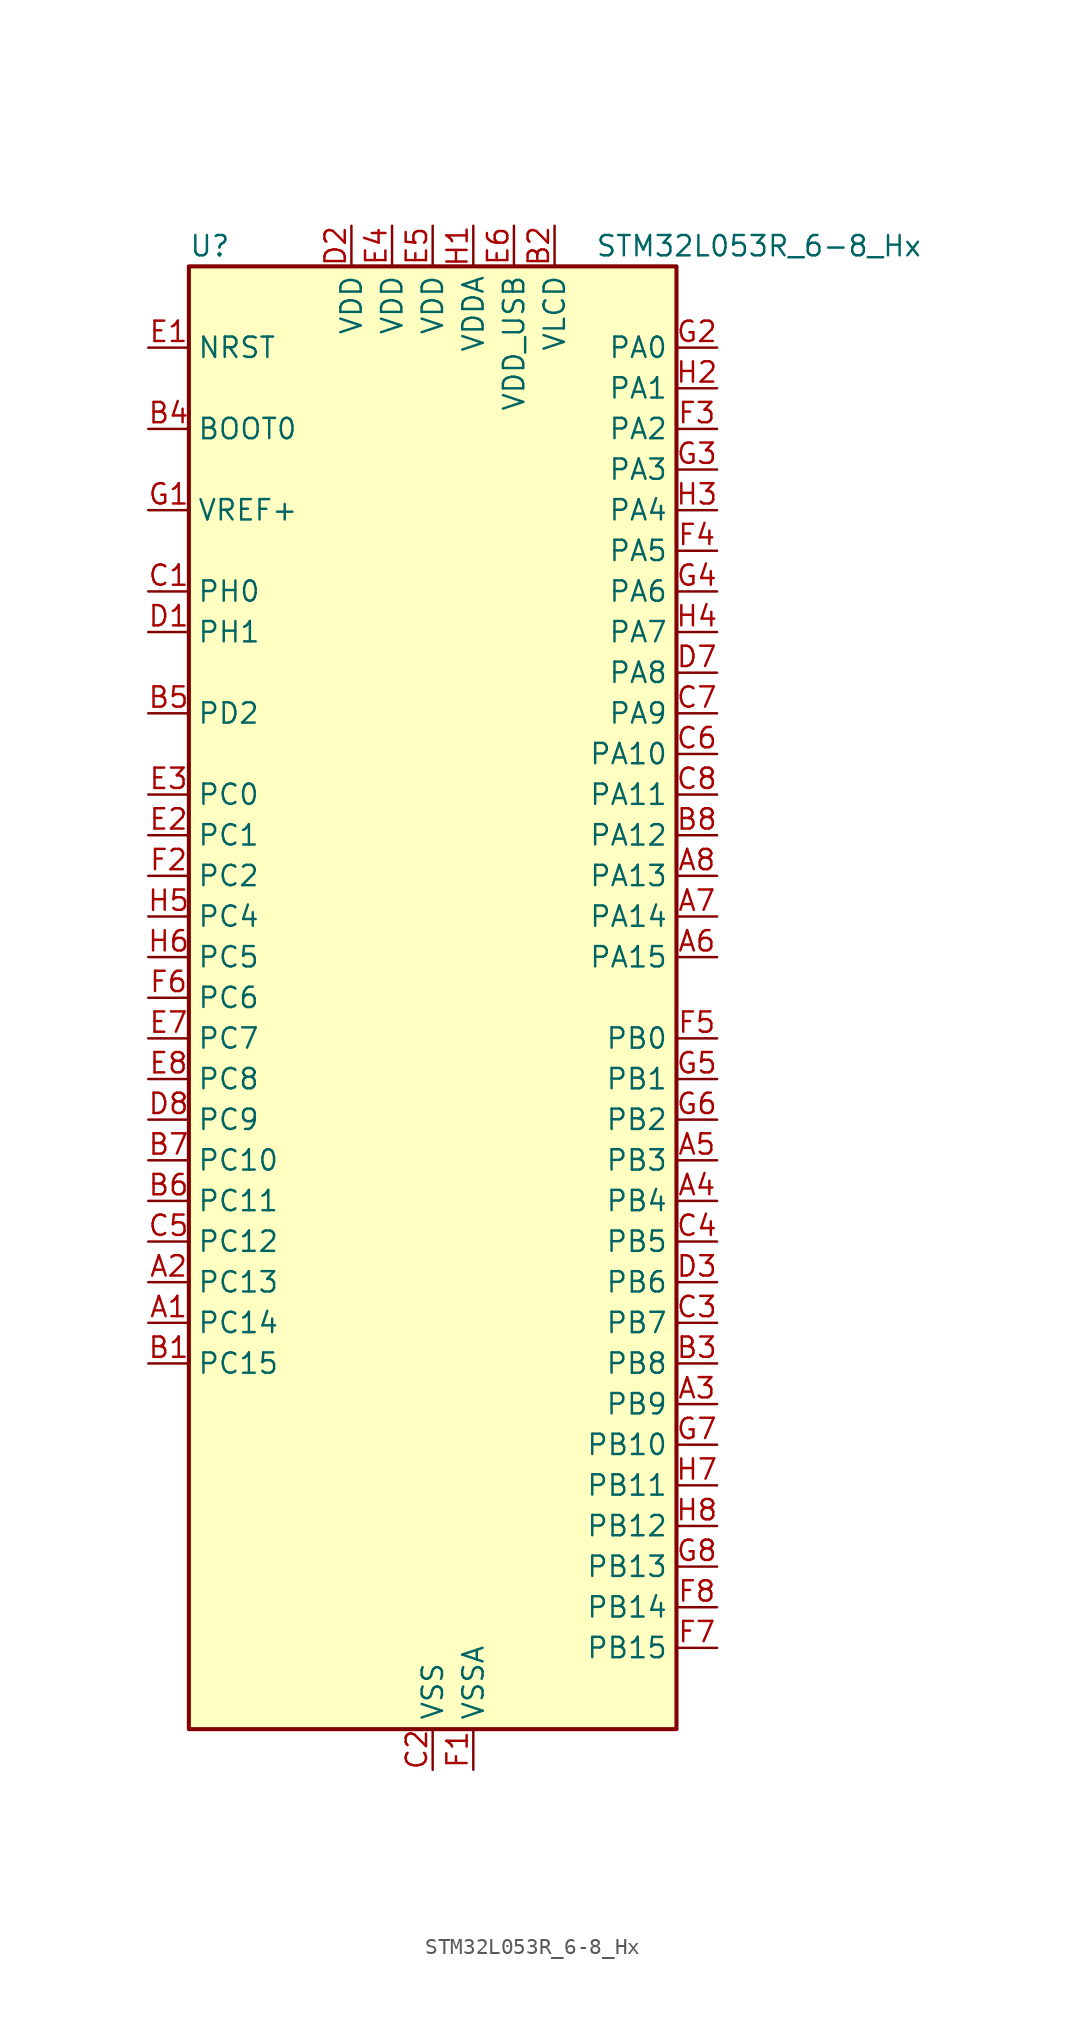
<source format=kicad_sym>
(kicad_symbol_lib
  (version 20241209)
  (generator "kicad_symbol_editor")
  (generator_version "9.0")
  (symbol "STM32L053R_6-8_Hx"
    (property "Reference" "U"
      (at -15.24 46.99 0)
      (effects (font (size 1.27 1.27)) (justify left)))
    (property "Value" "STM32L053R_6-8_Hx"
      (at 10.16 46.99 0)
      (effects (font (size 1.27 1.27)) (justify left)))
    (symbol "STM32L053R_6-8_Hx_0_1"
      (rectangle (start -15.24 -45.72) (end 15.24 45.72) (stroke (width 0.254) (type default)) (fill (type background))))
    (symbol "STM32L053R_6-8_Hx_1_1"
      (pin input line (at -17.78 40.64 0) (length 2.54) (name "NRST" (effects (font (size 1.27 1.27)))) (number "E1" (effects (font (size 1.27 1.27)))))
      (pin input line (at -17.78 35.56 0) (length 2.54) (name "BOOT0" (effects (font (size 1.27 1.27)))) (number "B4" (effects (font (size 1.27 1.27)))))
      (pin input line (at -17.78 30.48 0) (length 2.54) (name "VREF+" (effects (font (size 1.27 1.27)))) (number "G1" (effects (font (size 1.27 1.27)))))
      (pin bidirectional line (at -17.78 25.4 0) (length 2.54) (name "PH0" (effects (font (size 1.27 1.27)))) (number "C1" (effects (font (size 1.27 1.27)))) (alternate "CRS_SYNC" bidirectional line) (alternate "RCC_OSC_IN" bidirectional line))
      (pin bidirectional line (at -17.78 22.86 0) (length 2.54) (name "PH1" (effects (font (size 1.27 1.27)))) (number "D1" (effects (font (size 1.27 1.27)))) (alternate "RCC_OSC_OUT" bidirectional line))
      (pin bidirectional line (at -17.78 17.78 0) (length 2.54) (name "PD2" (effects (font (size 1.27 1.27)))) (number "B5" (effects (font (size 1.27 1.27)))) (alternate "LCD_COM7" bidirectional line) (alternate "LCD_SEG31" bidirectional line) (alternate "LPUART1_DE" bidirectional line) (alternate "LPUART1_RTS" bidirectional line))
      (pin bidirectional line (at -17.78 12.7 0) (length 2.54) (name "PC0" (effects (font (size 1.27 1.27)))) (number "E3" (effects (font (size 1.27 1.27)))) (alternate "ADC_IN10" bidirectional line) (alternate "LCD_SEG18" bidirectional line) (alternate "LPTIM1_IN1" bidirectional line) (alternate "TSC_G7_IO1" bidirectional line))
      (pin bidirectional line (at -17.78 10.16 0) (length 2.54) (name "PC1" (effects (font (size 1.27 1.27)))) (number "E2" (effects (font (size 1.27 1.27)))) (alternate "ADC_IN11" bidirectional line) (alternate "LCD_SEG19" bidirectional line) (alternate "LPTIM1_OUT" bidirectional line) (alternate "TSC_G7_IO2" bidirectional line))
      (pin bidirectional line (at -17.78 7.62 0) (length 2.54) (name "PC2" (effects (font (size 1.27 1.27)))) (number "F2" (effects (font (size 1.27 1.27)))) (alternate "ADC_IN12" bidirectional line) (alternate "I2S2_MCK" bidirectional line) (alternate "LCD_SEG20" bidirectional line) (alternate "LPTIM1_IN2" bidirectional line) (alternate "SPI2_MISO" bidirectional line) (alternate "TSC_G7_IO3" bidirectional line))
      (pin bidirectional line (at -17.78 5.08 0) (length 2.54) (name "PC4" (effects (font (size 1.27 1.27)))) (number "H5" (effects (font (size 1.27 1.27)))) (alternate "ADC_IN14" bidirectional line) (alternate "LCD_SEG22" bidirectional line) (alternate "LPUART1_TX" bidirectional line))
      (pin bidirectional line (at -17.78 2.54 0) (length 2.54) (name "PC5" (effects (font (size 1.27 1.27)))) (number "H6" (effects (font (size 1.27 1.27)))) (alternate "ADC_IN15" bidirectional line) (alternate "LCD_SEG23" bidirectional line) (alternate "LPUART1_RX" bidirectional line) (alternate "TSC_G3_IO1" bidirectional line))
      (pin bidirectional line (at -17.78 0 0) (length 2.54) (name "PC6" (effects (font (size 1.27 1.27)))) (number "F6" (effects (font (size 1.27 1.27)))) (alternate "LCD_SEG24" bidirectional line) (alternate "TIM22_CH1" bidirectional line) (alternate "TSC_G8_IO1" bidirectional line))
      (pin bidirectional line (at -17.78 -2.54 0) (length 2.54) (name "PC7" (effects (font (size 1.27 1.27)))) (number "E7" (effects (font (size 1.27 1.27)))) (alternate "LCD_SEG25" bidirectional line) (alternate "TIM22_CH2" bidirectional line) (alternate "TSC_G8_IO2" bidirectional line))
      (pin bidirectional line (at -17.78 -5.08 0) (length 2.54) (name "PC8" (effects (font (size 1.27 1.27)))) (number "E8" (effects (font (size 1.27 1.27)))) (alternate "LCD_SEG26" bidirectional line) (alternate "TIM22_ETR" bidirectional line) (alternate "TSC_G8_IO3" bidirectional line))
      (pin bidirectional line (at -17.78 -7.62 0) (length 2.54) (name "PC9" (effects (font (size 1.27 1.27)))) (number "D8" (effects (font (size 1.27 1.27)))) (alternate "DAC_EXTI9" bidirectional line) (alternate "LCD_SEG27" bidirectional line) (alternate "TIM21_ETR" bidirectional line) (alternate "TSC_G8_IO4" bidirectional line) (alternate "USB_NOE" bidirectional line))
      (pin bidirectional line (at -17.78 -10.16 0) (length 2.54) (name "PC10" (effects (font (size 1.27 1.27)))) (number "B7" (effects (font (size 1.27 1.27)))) (alternate "LCD_COM4" bidirectional line) (alternate "LCD_SEG28" bidirectional line) (alternate "LPUART1_TX" bidirectional line))
      (pin bidirectional line (at -17.78 -12.7 0) (length 2.54) (name "PC11" (effects (font (size 1.27 1.27)))) (number "B6" (effects (font (size 1.27 1.27)))) (alternate "ADC_EXTI11" bidirectional line) (alternate "LCD_COM5" bidirectional line) (alternate "LCD_SEG29" bidirectional line) (alternate "LPUART1_RX" bidirectional line))
      (pin bidirectional line (at -17.78 -15.24 0) (length 2.54) (name "PC12" (effects (font (size 1.27 1.27)))) (number "C5" (effects (font (size 1.27 1.27)))) (alternate "LCD_COM6" bidirectional line) (alternate "LCD_SEG30" bidirectional line))
      (pin bidirectional line (at -17.78 -17.78 0) (length 2.54) (name "PC13" (effects (font (size 1.27 1.27)))) (number "A2" (effects (font (size 1.27 1.27)))) (alternate "RTC_OUT_ALARM" bidirectional line) (alternate "RTC_OUT_CALIB" bidirectional line) (alternate "RTC_TAMP1" bidirectional line) (alternate "RTC_TS" bidirectional line) (alternate "SYS_WKUP2" bidirectional line))
      (pin bidirectional line (at -17.78 -20.32 0) (length 2.54) (name "PC14" (effects (font (size 1.27 1.27)))) (number "A1" (effects (font (size 1.27 1.27)))) (alternate "RCC_OSC32_IN" bidirectional line))
      (pin bidirectional line (at -17.78 -22.86 0) (length 2.54) (name "PC15" (effects (font (size 1.27 1.27)))) (number "B1" (effects (font (size 1.27 1.27)))) (alternate "RCC_OSC32_OUT" bidirectional line))
      (pin power_in line (at -5.08 48.26 270) (length 2.54) (name "VDD" (effects (font (size 1.27 1.27)))) (number "D2" (effects (font (size 1.27 1.27)))))
      (pin power_in line (at -2.54 48.26 270) (length 2.54) (name "VDD" (effects (font (size 1.27 1.27)))) (number "E4" (effects (font (size 1.27 1.27)))))
      (pin power_in line (at 0 48.26 270) (length 2.54) (name "VDD" (effects (font (size 1.27 1.27)))) (number "E5" (effects (font (size 1.27 1.27)))))
      (pin power_in line (at 0 -48.26 90) (length 2.54) (name "VSS" (effects (font (size 1.27 1.27)))) (number "C2" (effects (font (size 1.27 1.27)))))
      (pin passive line (at 0 -48.26 90) (length 2.54) (hide yes) (name "VSS" (effects (font (size 1.27 1.27)))) (number "D4" (effects (font (size 1.27 1.27)))))
      (pin passive line (at 0 -48.26 90) (length 2.54) (hide yes) (name "VSS" (effects (font (size 1.27 1.27)))) (number "D5" (effects (font (size 1.27 1.27)))))
      (pin passive line (at 0 -48.26 90) (length 2.54) (hide yes) (name "VSS" (effects (font (size 1.27 1.27)))) (number "D6" (effects (font (size 1.27 1.27)))))
      (pin power_in line (at 2.54 48.26 270) (length 2.54) (name "VDDA" (effects (font (size 1.27 1.27)))) (number "H1" (effects (font (size 1.27 1.27)))))
      (pin power_in line (at 2.54 -48.26 90) (length 2.54) (name "VSSA" (effects (font (size 1.27 1.27)))) (number "F1" (effects (font (size 1.27 1.27)))))
      (pin power_in line (at 5.08 48.26 270) (length 2.54) (name "VDD_USB" (effects (font (size 1.27 1.27)))) (number "E6" (effects (font (size 1.27 1.27)))))
      (pin power_in line (at 7.62 48.26 270) (length 2.54) (name "VLCD" (effects (font (size 1.27 1.27)))) (number "B2" (effects (font (size 1.27 1.27)))))
      (pin bidirectional line (at 17.78 40.64 180) (length 2.54) (name "PA0" (effects (font (size 1.27 1.27)))) (number "G2" (effects (font (size 1.27 1.27)))) (alternate "ADC_IN0" bidirectional line) (alternate "COMP1_INM" bidirectional line) (alternate "COMP1_OUT" bidirectional line) (alternate "RTC_TAMP2" bidirectional line) (alternate "SYS_WKUP1" bidirectional line) (alternate "TIM2_CH1" bidirectional line) (alternate "TIM2_ETR" bidirectional line) (alternate "TSC_G1_IO1" bidirectional line) (alternate "USART2_CTS" bidirectional line))
      (pin bidirectional line (at 17.78 38.1 180) (length 2.54) (name "PA1" (effects (font (size 1.27 1.27)))) (number "H2" (effects (font (size 1.27 1.27)))) (alternate "ADC_IN1" bidirectional line) (alternate "COMP1_INP" bidirectional line) (alternate "LCD_SEG0" bidirectional line) (alternate "TIM21_ETR" bidirectional line) (alternate "TIM2_CH2" bidirectional line) (alternate "TSC_G1_IO2" bidirectional line) (alternate "USART2_DE" bidirectional line) (alternate "USART2_RTS" bidirectional line))
      (pin bidirectional line (at 17.78 35.56 180) (length 2.54) (name "PA2" (effects (font (size 1.27 1.27)))) (number "F3" (effects (font (size 1.27 1.27)))) (alternate "ADC_IN2" bidirectional line) (alternate "COMP2_INM" bidirectional line) (alternate "COMP2_OUT" bidirectional line) (alternate "LCD_SEG1" bidirectional line) (alternate "TIM21_CH1" bidirectional line) (alternate "TIM2_CH3" bidirectional line) (alternate "TSC_G1_IO3" bidirectional line) (alternate "USART2_TX" bidirectional line))
      (pin bidirectional line (at 17.78 33.02 180) (length 2.54) (name "PA3" (effects (font (size 1.27 1.27)))) (number "G3" (effects (font (size 1.27 1.27)))) (alternate "ADC_IN3" bidirectional line) (alternate "COMP2_INP" bidirectional line) (alternate "LCD_SEG2" bidirectional line) (alternate "TIM21_CH2" bidirectional line) (alternate "TIM2_CH4" bidirectional line) (alternate "TSC_G1_IO4" bidirectional line) (alternate "USART2_RX" bidirectional line))
      (pin bidirectional line (at 17.78 30.48 180) (length 2.54) (name "PA4" (effects (font (size 1.27 1.27)))) (number "H3" (effects (font (size 1.27 1.27)))) (alternate "ADC_IN4" bidirectional line) (alternate "COMP1_INM" bidirectional line) (alternate "COMP2_INM" bidirectional line) (alternate "DAC_OUT1" bidirectional line) (alternate "SPI1_NSS" bidirectional line) (alternate "TIM22_ETR" bidirectional line) (alternate "TSC_G2_IO1" bidirectional line) (alternate "USART2_CK" bidirectional line))
      (pin bidirectional line (at 17.78 27.94 180) (length 2.54) (name "PA5" (effects (font (size 1.27 1.27)))) (number "F4" (effects (font (size 1.27 1.27)))) (alternate "ADC_IN5" bidirectional line) (alternate "COMP1_INM" bidirectional line) (alternate "COMP2_INM" bidirectional line) (alternate "SPI1_SCK" bidirectional line) (alternate "TIM2_CH1" bidirectional line) (alternate "TIM2_ETR" bidirectional line) (alternate "TSC_G2_IO2" bidirectional line))
      (pin bidirectional line (at 17.78 25.4 180) (length 2.54) (name "PA6" (effects (font (size 1.27 1.27)))) (number "G4" (effects (font (size 1.27 1.27)))) (alternate "ADC_IN6" bidirectional line) (alternate "COMP1_OUT" bidirectional line) (alternate "LCD_SEG3" bidirectional line) (alternate "LPUART1_CTS" bidirectional line) (alternate "SPI1_MISO" bidirectional line) (alternate "TIM22_CH1" bidirectional line) (alternate "TSC_G2_IO3" bidirectional line))
      (pin bidirectional line (at 17.78 22.86 180) (length 2.54) (name "PA7" (effects (font (size 1.27 1.27)))) (number "H4" (effects (font (size 1.27 1.27)))) (alternate "ADC_IN7" bidirectional line) (alternate "COMP2_OUT" bidirectional line) (alternate "LCD_SEG4" bidirectional line) (alternate "SPI1_MOSI" bidirectional line) (alternate "TIM22_CH2" bidirectional line) (alternate "TSC_G2_IO4" bidirectional line))
      (pin bidirectional line (at 17.78 20.32 180) (length 2.54) (name "PA8" (effects (font (size 1.27 1.27)))) (number "D7" (effects (font (size 1.27 1.27)))) (alternate "CRS_SYNC" bidirectional line) (alternate "LCD_COM0" bidirectional line) (alternate "RCC_MCO" bidirectional line) (alternate "USART1_CK" bidirectional line))
      (pin bidirectional line (at 17.78 17.78 180) (length 2.54) (name "PA9" (effects (font (size 1.27 1.27)))) (number "C7" (effects (font (size 1.27 1.27)))) (alternate "DAC_EXTI9" bidirectional line) (alternate "LCD_COM1" bidirectional line) (alternate "RCC_MCO" bidirectional line) (alternate "TSC_G4_IO1" bidirectional line) (alternate "USART1_TX" bidirectional line))
      (pin bidirectional line (at 17.78 15.24 180) (length 2.54) (name "PA10" (effects (font (size 1.27 1.27)))) (number "C6" (effects (font (size 1.27 1.27)))) (alternate "LCD_COM2" bidirectional line) (alternate "TSC_G4_IO2" bidirectional line) (alternate "USART1_RX" bidirectional line))
      (pin bidirectional line (at 17.78 12.7 180) (length 2.54) (name "PA11" (effects (font (size 1.27 1.27)))) (number "C8" (effects (font (size 1.27 1.27)))) (alternate "ADC_EXTI11" bidirectional line) (alternate "COMP1_OUT" bidirectional line) (alternate "SPI1_MISO" bidirectional line) (alternate "TSC_G4_IO3" bidirectional line) (alternate "USART1_CTS" bidirectional line) (alternate "USB_DM" bidirectional line))
      (pin bidirectional line (at 17.78 10.16 180) (length 2.54) (name "PA12" (effects (font (size 1.27 1.27)))) (number "B8" (effects (font (size 1.27 1.27)))) (alternate "COMP2_OUT" bidirectional line) (alternate "SPI1_MOSI" bidirectional line) (alternate "TSC_G4_IO4" bidirectional line) (alternate "USART1_DE" bidirectional line) (alternate "USART1_RTS" bidirectional line) (alternate "USB_DP" bidirectional line))
      (pin bidirectional line (at 17.78 7.62 180) (length 2.54) (name "PA13" (effects (font (size 1.27 1.27)))) (number "A8" (effects (font (size 1.27 1.27)))) (alternate "SYS_SWDIO" bidirectional line) (alternate "USB_NOE" bidirectional line))
      (pin bidirectional line (at 17.78 5.08 180) (length 2.54) (name "PA14" (effects (font (size 1.27 1.27)))) (number "A7" (effects (font (size 1.27 1.27)))) (alternate "SYS_SWCLK" bidirectional line) (alternate "USART2_TX" bidirectional line))
      (pin bidirectional line (at 17.78 2.54 180) (length 2.54) (name "PA15" (effects (font (size 1.27 1.27)))) (number "A6" (effects (font (size 1.27 1.27)))) (alternate "LCD_SEG17" bidirectional line) (alternate "SPI1_NSS" bidirectional line) (alternate "TIM2_CH1" bidirectional line) (alternate "TIM2_ETR" bidirectional line) (alternate "USART2_RX" bidirectional line))
      (pin bidirectional line (at 17.78 -2.54 180) (length 2.54) (name "PB0" (effects (font (size 1.27 1.27)))) (number "F5" (effects (font (size 1.27 1.27)))) (alternate "ADC_IN8" bidirectional line) (alternate "LCD_SEG5" bidirectional line) (alternate "LCD_VLCD3" bidirectional line) (alternate "SYS_VREF_OUT_PB0" bidirectional line) (alternate "TSC_G3_IO2" bidirectional line))
      (pin bidirectional line (at 17.78 -5.08 180) (length 2.54) (name "PB1" (effects (font (size 1.27 1.27)))) (number "G5" (effects (font (size 1.27 1.27)))) (alternate "ADC_IN9" bidirectional line) (alternate "LCD_SEG6" bidirectional line) (alternate "LPUART1_DE" bidirectional line) (alternate "LPUART1_RTS" bidirectional line) (alternate "SYS_VREF_OUT_PB1" bidirectional line) (alternate "TSC_G3_IO3" bidirectional line))
      (pin bidirectional line (at 17.78 -7.62 180) (length 2.54) (name "PB2" (effects (font (size 1.27 1.27)))) (number "G6" (effects (font (size 1.27 1.27)))) (alternate "LCD_VLCD2" bidirectional line) (alternate "LPTIM1_OUT" bidirectional line) (alternate "TSC_G3_IO4" bidirectional line))
      (pin bidirectional line (at 17.78 -10.16 180) (length 2.54) (name "PB3" (effects (font (size 1.27 1.27)))) (number "A5" (effects (font (size 1.27 1.27)))) (alternate "COMP2_INM" bidirectional line) (alternate "LCD_SEG7" bidirectional line) (alternate "SPI1_SCK" bidirectional line) (alternate "TIM2_CH2" bidirectional line) (alternate "TSC_G5_IO1" bidirectional line))
      (pin bidirectional line (at 17.78 -12.7 180) (length 2.54) (name "PB4" (effects (font (size 1.27 1.27)))) (number "A4" (effects (font (size 1.27 1.27)))) (alternate "COMP2_INP" bidirectional line) (alternate "LCD_SEG8" bidirectional line) (alternate "SPI1_MISO" bidirectional line) (alternate "TIM22_CH1" bidirectional line) (alternate "TSC_G5_IO2" bidirectional line))
      (pin bidirectional line (at 17.78 -15.24 180) (length 2.54) (name "PB5" (effects (font (size 1.27 1.27)))) (number "C4" (effects (font (size 1.27 1.27)))) (alternate "COMP2_INP" bidirectional line) (alternate "I2C1_SMBA" bidirectional line) (alternate "LCD_SEG9" bidirectional line) (alternate "LPTIM1_IN1" bidirectional line) (alternate "SPI1_MOSI" bidirectional line) (alternate "TIM22_CH2" bidirectional line))
      (pin bidirectional line (at 17.78 -17.78 180) (length 2.54) (name "PB6" (effects (font (size 1.27 1.27)))) (number "D3" (effects (font (size 1.27 1.27)))) (alternate "COMP2_INP" bidirectional line) (alternate "I2C1_SCL" bidirectional line) (alternate "LPTIM1_ETR" bidirectional line) (alternate "TSC_G5_IO3" bidirectional line) (alternate "USART1_TX" bidirectional line))
      (pin bidirectional line (at 17.78 -20.32 180) (length 2.54) (name "PB7" (effects (font (size 1.27 1.27)))) (number "C3" (effects (font (size 1.27 1.27)))) (alternate "COMP2_INP" bidirectional line) (alternate "I2C1_SDA" bidirectional line) (alternate "LPTIM1_IN2" bidirectional line) (alternate "SYS_PVD_IN" bidirectional line) (alternate "TSC_G5_IO4" bidirectional line) (alternate "USART1_RX" bidirectional line))
      (pin bidirectional line (at 17.78 -22.86 180) (length 2.54) (name "PB8" (effects (font (size 1.27 1.27)))) (number "B3" (effects (font (size 1.27 1.27)))) (alternate "I2C1_SCL" bidirectional line) (alternate "LCD_SEG16" bidirectional line) (alternate "TSC_SYNC" bidirectional line))
      (pin bidirectional line (at 17.78 -25.4 180) (length 2.54) (name "PB9" (effects (font (size 1.27 1.27)))) (number "A3" (effects (font (size 1.27 1.27)))) (alternate "DAC_EXTI9" bidirectional line) (alternate "I2C1_SDA" bidirectional line) (alternate "I2S2_WS" bidirectional line) (alternate "LCD_COM3" bidirectional line) (alternate "SPI2_NSS" bidirectional line))
      (pin bidirectional line (at 17.78 -27.94 180) (length 2.54) (name "PB10" (effects (font (size 1.27 1.27)))) (number "G7" (effects (font (size 1.27 1.27)))) (alternate "I2C2_SCL" bidirectional line) (alternate "LCD_SEG10" bidirectional line) (alternate "LPUART1_TX" bidirectional line) (alternate "SPI2_SCK" bidirectional line) (alternate "TIM2_CH3" bidirectional line) (alternate "TSC_SYNC" bidirectional line))
      (pin bidirectional line (at 17.78 -30.48 180) (length 2.54) (name "PB11" (effects (font (size 1.27 1.27)))) (number "H7" (effects (font (size 1.27 1.27)))) (alternate "ADC_EXTI11" bidirectional line) (alternate "I2C2_SDA" bidirectional line) (alternate "LCD_SEG11" bidirectional line) (alternate "LPUART1_RX" bidirectional line) (alternate "TIM2_CH4" bidirectional line) (alternate "TSC_G6_IO1" bidirectional line))
      (pin bidirectional line (at 17.78 -33.02 180) (length 2.54) (name "PB12" (effects (font (size 1.27 1.27)))) (number "H8" (effects (font (size 1.27 1.27)))) (alternate "I2S2_WS" bidirectional line) (alternate "LCD_SEG12" bidirectional line) (alternate "LCD_VLCD1" bidirectional line) (alternate "LPUART1_DE" bidirectional line) (alternate "LPUART1_RTS" bidirectional line) (alternate "SPI2_NSS" bidirectional line) (alternate "TSC_G6_IO2" bidirectional line))
      (pin bidirectional line (at 17.78 -35.56 180) (length 2.54) (name "PB13" (effects (font (size 1.27 1.27)))) (number "G8" (effects (font (size 1.27 1.27)))) (alternate "I2C2_SCL" bidirectional line) (alternate "I2S2_CK" bidirectional line) (alternate "LCD_SEG13" bidirectional line) (alternate "LPUART1_CTS" bidirectional line) (alternate "SPI2_SCK" bidirectional line) (alternate "TIM21_CH1" bidirectional line) (alternate "TSC_G6_IO3" bidirectional line))
      (pin bidirectional line (at 17.78 -38.1 180) (length 2.54) (name "PB14" (effects (font (size 1.27 1.27)))) (number "F8" (effects (font (size 1.27 1.27)))) (alternate "I2C2_SDA" bidirectional line) (alternate "I2S2_MCK" bidirectional line) (alternate "LCD_SEG14" bidirectional line) (alternate "LPUART1_DE" bidirectional line) (alternate "LPUART1_RTS" bidirectional line) (alternate "RTC_OUT_ALARM" bidirectional line) (alternate "RTC_OUT_CALIB" bidirectional line) (alternate "SPI2_MISO" bidirectional line) (alternate "TIM21_CH2" bidirectional line) (alternate "TSC_G6_IO4" bidirectional line))
      (pin bidirectional line (at 17.78 -40.64 180) (length 2.54) (name "PB15" (effects (font (size 1.27 1.27)))) (number "F7" (effects (font (size 1.27 1.27)))) (alternate "I2S2_SD" bidirectional line) (alternate "LCD_SEG15" bidirectional line) (alternate "RTC_REFIN" bidirectional line) (alternate "SPI2_MOSI" bidirectional line)))))
</source>
